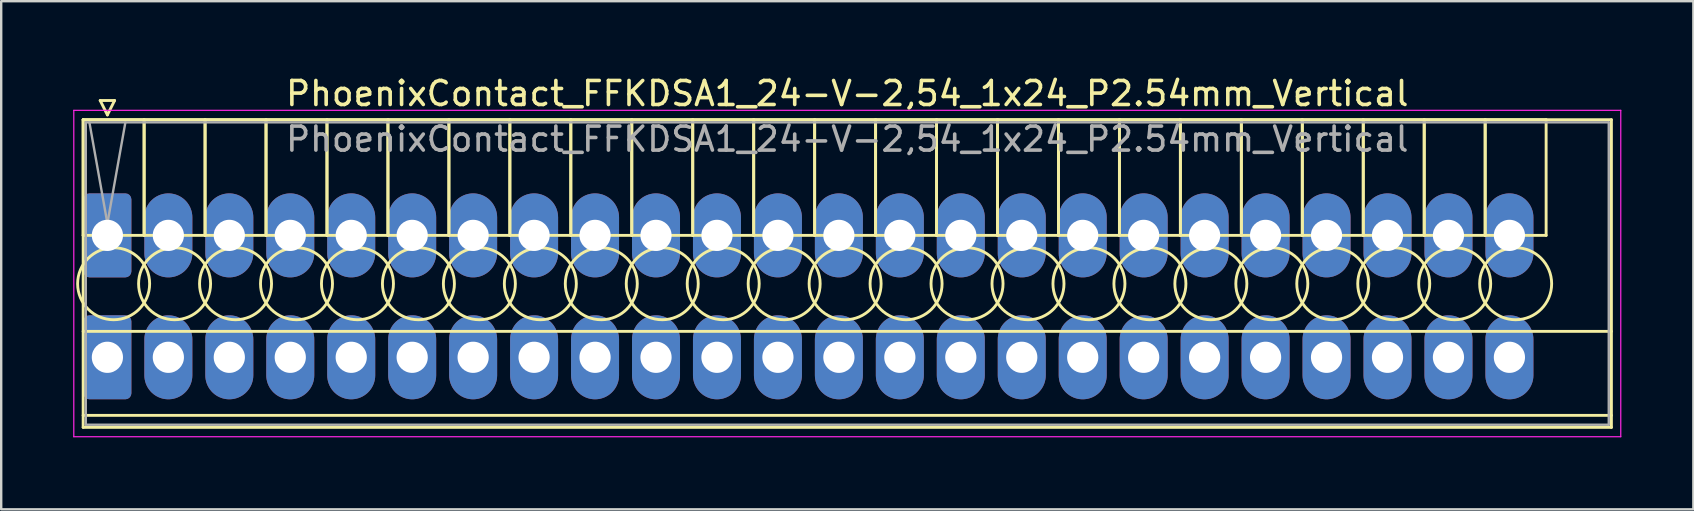
<source format=kicad_pcb>
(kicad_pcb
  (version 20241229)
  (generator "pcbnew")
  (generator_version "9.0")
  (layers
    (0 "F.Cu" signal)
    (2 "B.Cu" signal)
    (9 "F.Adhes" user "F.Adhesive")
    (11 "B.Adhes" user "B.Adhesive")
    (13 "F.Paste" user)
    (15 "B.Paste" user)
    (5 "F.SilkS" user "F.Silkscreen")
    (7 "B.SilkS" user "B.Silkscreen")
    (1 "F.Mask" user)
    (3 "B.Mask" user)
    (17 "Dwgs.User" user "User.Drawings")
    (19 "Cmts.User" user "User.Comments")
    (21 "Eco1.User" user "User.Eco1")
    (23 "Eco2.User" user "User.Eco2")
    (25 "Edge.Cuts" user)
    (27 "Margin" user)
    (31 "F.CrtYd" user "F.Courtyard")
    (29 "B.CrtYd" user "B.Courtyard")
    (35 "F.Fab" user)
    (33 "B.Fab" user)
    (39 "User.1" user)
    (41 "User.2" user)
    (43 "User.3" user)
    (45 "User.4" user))
  (footprint "PhoenixContact_FFKDSA1_24-V-2,54_1x24_P2.54mm_Vertical"
    (layer "F.Cu")
    (at 1.425 6.758)
    (property "Reference" "PhoenixContact_FFKDSA1_24-V-2,54_1x24_P2.54mm_Vertical" (at 30.83 -5.91 0) (layer "F.SilkS") (effects (font (size 1 1) (thickness 0.15))))
    (attr through_hole)
    (fp_line (start -1.01 -4.82) (end -1.01 0) (stroke (width 0.12) (type solid)) (layer "F.SilkS"))
    (fp_line (start -1.01 -4.82) (end -1.01 8) (stroke (width 0.12) (type solid)) (layer "F.SilkS"))
    (fp_line (start -1.01 0) (end 1.53 0) (stroke (width 0.12) (type solid)) (layer "F.SilkS"))
    (fp_line (start -1.01 4) (end 62.67 4) (stroke (width 0.12) (type solid)) (layer "F.SilkS"))
    (fp_line (start -1.01 7.5) (end 62.67 7.5) (stroke (width 0.12) (type solid)) (layer "F.SilkS"))
    (fp_line (start -1.01 8) (end 62.67 8) (stroke (width 0.12) (type solid)) (layer "F.SilkS"))
    (fp_line (start -0.3 -5.62) (end 0.3 -5.62) (stroke (width 0.12) (type solid)) (layer "F.SilkS"))
    (fp_line (start 0 -5.02) (end -0.3 -5.62) (stroke (width 0.12) (type solid)) (layer "F.SilkS"))
    (fp_line (start 0.3 -5.62) (end 0 -5.02) (stroke (width 0.12) (type solid)) (layer "F.SilkS"))
    (fp_line (start 1.53 -4.82) (end -1.01 -4.82) (stroke (width 0.12) (type solid)) (layer "F.SilkS"))
    (fp_line (start 1.53 -4.82) (end 1.53 0) (stroke (width 0.12) (type solid)) (layer "F.SilkS"))
    (fp_line (start 1.53 0) (end 1.53 -4.82) (stroke (width 0.12) (type solid)) (layer "F.SilkS"))
    (fp_line (start 1.53 0) (end 4.07 0) (stroke (width 0.12) (type solid)) (layer "F.SilkS"))
    (fp_line (start 4.07 -4.82) (end 1.53 -4.82) (stroke (width 0.12) (type solid)) (layer "F.SilkS"))
    (fp_line (start 4.07 -4.82) (end 4.07 0) (stroke (width 0.12) (type solid)) (layer "F.SilkS"))
    (fp_line (start 4.07 0) (end 4.07 -4.82) (stroke (width 0.12) (type solid)) (layer "F.SilkS"))
    (fp_line (start 4.07 0) (end 6.61 0) (stroke (width 0.12) (type solid)) (layer "F.SilkS"))
    (fp_line (start 6.61 -4.82) (end 4.07 -4.82) (stroke (width 0.12) (type solid)) (layer "F.SilkS"))
    (fp_line (start 6.61 -4.82) (end 6.61 0) (stroke (width 0.12) (type solid)) (layer "F.SilkS"))
    (fp_line (start 6.61 0) (end 6.61 -4.82) (stroke (width 0.12) (type solid)) (layer "F.SilkS"))
    (fp_line (start 6.61 0) (end 9.15 0) (stroke (width 0.12) (type solid)) (layer "F.SilkS"))
    (fp_line (start 9.15 -4.82) (end 6.61 -4.82) (stroke (width 0.12) (type solid)) (layer "F.SilkS"))
    (fp_line (start 9.15 -4.82) (end 9.15 0) (stroke (width 0.12) (type solid)) (layer "F.SilkS"))
    (fp_line (start 9.15 0) (end 9.15 -4.82) (stroke (width 0.12) (type solid)) (layer "F.SilkS"))
    (fp_line (start 9.15 0) (end 11.69 0) (stroke (width 0.12) (type solid)) (layer "F.SilkS"))
    (fp_line (start 11.69 -4.82) (end 9.15 -4.82) (stroke (width 0.12) (type solid)) (layer "F.SilkS"))
    (fp_line (start 11.69 -4.82) (end 11.69 0) (stroke (width 0.12) (type solid)) (layer "F.SilkS"))
    (fp_line (start 11.69 0) (end 11.69 -4.82) (stroke (width 0.12) (type solid)) (layer "F.SilkS"))
    (fp_line (start 11.69 0) (end 14.23 0) (stroke (width 0.12) (type solid)) (layer "F.SilkS"))
    (fp_line (start 14.23 -4.82) (end 11.69 -4.82) (stroke (width 0.12) (type solid)) (layer "F.SilkS"))
    (fp_line (start 14.23 -4.82) (end 14.23 0) (stroke (width 0.12) (type solid)) (layer "F.SilkS"))
    (fp_line (start 14.23 0) (end 14.23 -4.82) (stroke (width 0.12) (type solid)) (layer "F.SilkS"))
    (fp_line (start 14.23 0) (end 16.77 0) (stroke (width 0.12) (type solid)) (layer "F.SilkS"))
    (fp_line (start 16.77 -4.82) (end 14.23 -4.82) (stroke (width 0.12) (type solid)) (layer "F.SilkS"))
    (fp_line (start 16.77 -4.82) (end 16.77 0) (stroke (width 0.12) (type solid)) (layer "F.SilkS"))
    (fp_line (start 16.77 0) (end 16.77 -4.82) (stroke (width 0.12) (type solid)) (layer "F.SilkS"))
    (fp_line (start 16.77 0) (end 19.31 0) (stroke (width 0.12) (type solid)) (layer "F.SilkS"))
    (fp_line (start 19.31 -4.82) (end 16.77 -4.82) (stroke (width 0.12) (type solid)) (layer "F.SilkS"))
    (fp_line (start 19.31 -4.82) (end 19.31 0) (stroke (width 0.12) (type solid)) (layer "F.SilkS"))
    (fp_line (start 19.31 0) (end 19.31 -4.82) (stroke (width 0.12) (type solid)) (layer "F.SilkS"))
    (fp_line (start 19.31 0) (end 21.85 0) (stroke (width 0.12) (type solid)) (layer "F.SilkS"))
    (fp_line (start 21.85 -4.82) (end 19.31 -4.82) (stroke (width 0.12) (type solid)) (layer "F.SilkS"))
    (fp_line (start 21.85 -4.82) (end 21.85 0) (stroke (width 0.12) (type solid)) (layer "F.SilkS"))
    (fp_line (start 21.85 0) (end 21.85 -4.82) (stroke (width 0.12) (type solid)) (layer "F.SilkS"))
    (fp_line (start 21.85 0) (end 24.39 0) (stroke (width 0.12) (type solid)) (layer "F.SilkS"))
    (fp_line (start 24.39 -4.82) (end 21.85 -4.82) (stroke (width 0.12) (type solid)) (layer "F.SilkS"))
    (fp_line (start 24.39 -4.82) (end 24.39 0) (stroke (width 0.12) (type solid)) (layer "F.SilkS"))
    (fp_line (start 24.39 0) (end 24.39 -4.82) (stroke (width 0.12) (type solid)) (layer "F.SilkS"))
    (fp_line (start 24.39 0) (end 26.93 0) (stroke (width 0.12) (type solid)) (layer "F.SilkS"))
    (fp_line (start 26.93 -4.82) (end 24.39 -4.82) (stroke (width 0.12) (type solid)) (layer "F.SilkS"))
    (fp_line (start 26.93 -4.82) (end 26.93 0) (stroke (width 0.12) (type solid)) (layer "F.SilkS"))
    (fp_line (start 26.93 0) (end 26.93 -4.82) (stroke (width 0.12) (type solid)) (layer "F.SilkS"))
    (fp_line (start 26.93 0) (end 29.47 0) (stroke (width 0.12) (type solid)) (layer "F.SilkS"))
    (fp_line (start 29.47 -4.82) (end 26.93 -4.82) (stroke (width 0.12) (type solid)) (layer "F.SilkS"))
    (fp_line (start 29.47 -4.82) (end 29.47 0) (stroke (width 0.12) (type solid)) (layer "F.SilkS"))
    (fp_line (start 29.47 0) (end 29.47 -4.82) (stroke (width 0.12) (type solid)) (layer "F.SilkS"))
    (fp_line (start 29.47 0) (end 32.01 0) (stroke (width 0.12) (type solid)) (layer "F.SilkS"))
    (fp_line (start 32.01 -4.82) (end 29.47 -4.82) (stroke (width 0.12) (type solid)) (layer "F.SilkS"))
    (fp_line (start 32.01 -4.82) (end 32.01 0) (stroke (width 0.12) (type solid)) (layer "F.SilkS"))
    (fp_line (start 32.01 0) (end 32.01 -4.82) (stroke (width 0.12) (type solid)) (layer "F.SilkS"))
    (fp_line (start 32.01 0) (end 34.55 0) (stroke (width 0.12) (type solid)) (layer "F.SilkS"))
    (fp_line (start 34.55 -4.82) (end 32.01 -4.82) (stroke (width 0.12) (type solid)) (layer "F.SilkS"))
    (fp_line (start 34.55 -4.82) (end 34.55 0) (stroke (width 0.12) (type solid)) (layer "F.SilkS"))
    (fp_line (start 34.55 0) (end 34.55 -4.82) (stroke (width 0.12) (type solid)) (layer "F.SilkS"))
    (fp_line (start 34.55 0) (end 37.09 0) (stroke (width 0.12) (type solid)) (layer "F.SilkS"))
    (fp_line (start 37.09 -4.82) (end 34.55 -4.82) (stroke (width 0.12) (type solid)) (layer "F.SilkS"))
    (fp_line (start 37.09 -4.82) (end 37.09 0) (stroke (width 0.12) (type solid)) (layer "F.SilkS"))
    (fp_line (start 37.09 0) (end 37.09 -4.82) (stroke (width 0.12) (type solid)) (layer "F.SilkS"))
    (fp_line (start 37.09 0) (end 39.63 0) (stroke (width 0.12) (type solid)) (layer "F.SilkS"))
    (fp_line (start 39.63 -4.82) (end 37.09 -4.82) (stroke (width 0.12) (type solid)) (layer "F.SilkS"))
    (fp_line (start 39.63 -4.82) (end 39.63 0) (stroke (width 0.12) (type solid)) (layer "F.SilkS"))
    (fp_line (start 39.63 0) (end 39.63 -4.82) (stroke (width 0.12) (type solid)) (layer "F.SilkS"))
    (fp_line (start 39.63 0) (end 42.17 0) (stroke (width 0.12) (type solid)) (layer "F.SilkS"))
    (fp_line (start 42.17 -4.82) (end 39.63 -4.82) (stroke (width 0.12) (type solid)) (layer "F.SilkS"))
    (fp_line (start 42.17 -4.82) (end 42.17 0) (stroke (width 0.12) (type solid)) (layer "F.SilkS"))
    (fp_line (start 42.17 0) (end 42.17 -4.82) (stroke (width 0.12) (type solid)) (layer "F.SilkS"))
    (fp_line (start 42.17 0) (end 44.71 0) (stroke (width 0.12) (type solid)) (layer "F.SilkS"))
    (fp_line (start 44.71 -4.82) (end 42.17 -4.82) (stroke (width 0.12) (type solid)) (layer "F.SilkS"))
    (fp_line (start 44.71 -4.82) (end 44.71 0) (stroke (width 0.12) (type solid)) (layer "F.SilkS"))
    (fp_line (start 44.71 0) (end 44.71 -4.82) (stroke (width 0.12) (type solid)) (layer "F.SilkS"))
    (fp_line (start 44.71 0) (end 47.25 0) (stroke (width 0.12) (type solid)) (layer "F.SilkS"))
    (fp_line (start 47.25 -4.82) (end 44.71 -4.82) (stroke (width 0.12) (type solid)) (layer "F.SilkS"))
    (fp_line (start 47.25 -4.82) (end 47.25 0) (stroke (width 0.12) (type solid)) (layer "F.SilkS"))
    (fp_line (start 47.25 0) (end 47.25 -4.82) (stroke (width 0.12) (type solid)) (layer "F.SilkS"))
    (fp_line (start 47.25 0) (end 49.79 0) (stroke (width 0.12) (type solid)) (layer "F.SilkS"))
    (fp_line (start 49.79 -4.82) (end 47.25 -4.82) (stroke (width 0.12) (type solid)) (layer "F.SilkS"))
    (fp_line (start 49.79 -4.82) (end 49.79 0) (stroke (width 0.12) (type solid)) (layer "F.SilkS"))
    (fp_line (start 49.79 0) (end 49.79 -4.82) (stroke (width 0.12) (type solid)) (layer "F.SilkS"))
    (fp_line (start 49.79 0) (end 52.33 0) (stroke (width 0.12) (type solid)) (layer "F.SilkS"))
    (fp_line (start 52.33 -4.82) (end 49.79 -4.82) (stroke (width 0.12) (type solid)) (layer "F.SilkS"))
    (fp_line (start 52.33 -4.82) (end 52.33 0) (stroke (width 0.12) (type solid)) (layer "F.SilkS"))
    (fp_line (start 52.33 0) (end 52.33 -4.82) (stroke (width 0.12) (type solid)) (layer "F.SilkS"))
    (fp_line (start 52.33 0) (end 54.87 0) (stroke (width 0.12) (type solid)) (layer "F.SilkS"))
    (fp_line (start 54.87 -4.82) (end 52.33 -4.82) (stroke (width 0.12) (type solid)) (layer "F.SilkS"))
    (fp_line (start 54.87 -4.82) (end 54.87 0) (stroke (width 0.12) (type solid)) (layer "F.SilkS"))
    (fp_line (start 54.87 0) (end 54.87 -4.82) (stroke (width 0.12) (type solid)) (layer "F.SilkS"))
    (fp_line (start 54.87 0) (end 57.41 0) (stroke (width 0.12) (type solid)) (layer "F.SilkS"))
    (fp_line (start 57.41 -4.82) (end 54.87 -4.82) (stroke (width 0.12) (type solid)) (layer "F.SilkS"))
    (fp_line (start 57.41 -4.82) (end 57.41 0) (stroke (width 0.12) (type solid)) (layer "F.SilkS"))
    (fp_line (start 57.41 0) (end 57.41 -4.82) (stroke (width 0.12) (type solid)) (layer "F.SilkS"))
    (fp_line (start 57.41 0) (end 59.95 0) (stroke (width 0.12) (type solid)) (layer "F.SilkS"))
    (fp_line (start 59.95 -4.82) (end 57.41 -4.82) (stroke (width 0.12) (type solid)) (layer "F.SilkS"))
    (fp_line (start 59.95 0) (end 59.95 -4.82) (stroke (width 0.12) (type solid)) (layer "F.SilkS"))
    (fp_line (start 62.67 -4.82) (end -1.01 -4.82) (stroke (width 0.12) (type solid)) (layer "F.SilkS"))
    (fp_line (start 62.67 8) (end 62.67 -4.82) (stroke (width 0.12) (type solid)) (layer "F.SilkS"))
    (fp_circle (center 0.26 2.015) (end 1.76 2.015) (stroke (width 0.12) (type solid)) (fill no) (layer "F.SilkS"))
    (fp_circle (center 2.8 2.015) (end 4.3 2.015) (stroke (width 0.12) (type solid)) (fill no) (layer "F.SilkS"))
    (fp_circle (center 5.34 2.015) (end 6.84 2.015) (stroke (width 0.12) (type solid)) (fill no) (layer "F.SilkS"))
    (fp_circle (center 7.88 2.015) (end 9.38 2.015) (stroke (width 0.12) (type solid)) (fill no) (layer "F.SilkS"))
    (fp_circle (center 10.42 2.015) (end 11.92 2.015) (stroke (width 0.12) (type solid)) (fill no) (layer "F.SilkS"))
    (fp_circle (center 12.96 2.015) (end 14.46 2.015) (stroke (width 0.12) (type solid)) (fill no) (layer "F.SilkS"))
    (fp_circle (center 15.5 2.015) (end 17 2.015) (stroke (width 0.12) (type solid)) (fill no) (layer "F.SilkS"))
    (fp_circle (center 18.04 2.015) (end 19.54 2.015) (stroke (width 0.12) (type solid)) (fill no) (layer "F.SilkS"))
    (fp_circle (center 20.58 2.015) (end 22.08 2.015) (stroke (width 0.12) (type solid)) (fill no) (layer "F.SilkS"))
    (fp_circle (center 23.12 2.015) (end 24.62 2.015) (stroke (width 0.12) (type solid)) (fill no) (layer "F.SilkS"))
    (fp_circle (center 25.66 2.015) (end 27.16 2.015) (stroke (width 0.12) (type solid)) (fill no) (layer "F.SilkS"))
    (fp_circle (center 28.2 2.015) (end 29.7 2.015) (stroke (width 0.12) (type solid)) (fill no) (layer "F.SilkS"))
    (fp_circle (center 30.74 2.015) (end 32.24 2.015) (stroke (width 0.12) (type solid)) (fill no) (layer "F.SilkS"))
    (fp_circle (center 33.28 2.015) (end 34.78 2.015) (stroke (width 0.12) (type solid)) (fill no) (layer "F.SilkS"))
    (fp_circle (center 35.82 2.015) (end 37.32 2.015) (stroke (width 0.12) (type solid)) (fill no) (layer "F.SilkS"))
    (fp_circle (center 38.36 2.015) (end 39.86 2.015) (stroke (width 0.12) (type solid)) (fill no) (layer "F.SilkS"))
    (fp_circle (center 40.9 2.015) (end 42.4 2.015) (stroke (width 0.12) (type solid)) (fill no) (layer "F.SilkS"))
    (fp_circle (center 43.44 2.015) (end 44.94 2.015) (stroke (width 0.12) (type solid)) (fill no) (layer "F.SilkS"))
    (fp_circle (center 45.98 2.015) (end 47.48 2.015) (stroke (width 0.12) (type solid)) (fill no) (layer "F.SilkS"))
    (fp_circle (center 48.52 2.015) (end 50.02 2.015) (stroke (width 0.12) (type solid)) (fill no) (layer "F.SilkS"))
    (fp_circle (center 51.06 2.015) (end 52.56 2.015) (stroke (width 0.12) (type solid)) (fill no) (layer "F.SilkS"))
    (fp_circle (center 53.6 2.015) (end 55.1 2.015) (stroke (width 0.12) (type solid)) (fill no) (layer "F.SilkS"))
    (fp_circle (center 56.14 2.015) (end 57.64 2.015) (stroke (width 0.12) (type solid)) (fill no) (layer "F.SilkS"))
    (fp_circle (center 58.68 2.015) (end 60.18 2.015) (stroke (width 0.12) (type solid)) (fill no) (layer "F.SilkS"))
    (fp_line (start -1.4 -5.21) (end -1.4 8.39) (stroke (width 0.05) (type solid)) (layer "F.CrtYd"))
    (fp_line (start -1.4 8.39) (end 63.06 8.39) (stroke (width 0.05) (type solid)) (layer "F.CrtYd"))
    (fp_line (start 63.06 -5.21) (end -1.4 -5.21) (stroke (width 0.05) (type solid)) (layer "F.CrtYd"))
    (fp_line (start 63.06 8.39) (end 63.06 -5.21) (stroke (width 0.05) (type solid)) (layer "F.CrtYd"))
    (fp_line (start -0.9 -4.71) (end -0.9 7.89) (stroke (width 0.1) (type solid)) (layer "F.Fab"))
    (fp_line (start -0.9 7.89) (end 62.56 7.89) (stroke (width 0.1) (type solid)) (layer "F.Fab"))
    (fp_line (start 0 -0.5) (end -0.75 -4.71) (stroke (width 0.1) (type solid)) (layer "F.Fab"))
    (fp_line (start 0.75 -4.71) (end 0 -0.5) (stroke (width 0.1) (type solid)) (layer "F.Fab"))
    (fp_line (start 62.56 -4.71) (end -0.9 -4.71) (stroke (width 0.1) (type solid)) (layer "F.Fab"))
    (fp_line (start 62.56 7.89) (end 62.56 -4.71) (stroke (width 0.1) (type solid)) (layer "F.Fab"))
    (fp_text user "${REFERENCE}" (at 30.83 -4.01 0) (layer "F.Fab") (effects (font (size 1 1) (thickness 0.15))))
    (pad "1" thru_hole roundrect (at 0 0) (size 2 3.5) (drill 1.3) (layers "*.Cu" "*.Mask") (roundrect_rratio 0.125))
    (pad "1" thru_hole roundrect (at 0 5.08) (size 2 3.5) (drill 1.3) (layers "*.Cu" "*.Mask") (roundrect_rratio 0.125))
    (pad "2" thru_hole oval (at 2.54 0) (size 2 3.5) (drill 1.3) (layers "*.Cu" "*.Mask"))
    (pad "2" thru_hole oval (at 2.54 5.08) (size 2 3.5) (drill 1.3) (layers "*.Cu" "*.Mask"))
    (pad "3" thru_hole oval (at 5.08 0) (size 2 3.5) (drill 1.3) (layers "*.Cu" "*.Mask"))
    (pad "3" thru_hole oval (at 5.08 5.08) (size 2 3.5) (drill 1.3) (layers "*.Cu" "*.Mask"))
    (pad "4" thru_hole oval (at 7.62 0) (size 2 3.5) (drill 1.3) (layers "*.Cu" "*.Mask"))
    (pad "4" thru_hole oval (at 7.62 5.08) (size 2 3.5) (drill 1.3) (layers "*.Cu" "*.Mask"))
    (pad "5" thru_hole oval (at 10.16 0) (size 2 3.5) (drill 1.3) (layers "*.Cu" "*.Mask"))
    (pad "5" thru_hole oval (at 10.16 5.08) (size 2 3.5) (drill 1.3) (layers "*.Cu" "*.Mask"))
    (pad "6" thru_hole oval (at 12.7 0) (size 2 3.5) (drill 1.3) (layers "*.Cu" "*.Mask"))
    (pad "6" thru_hole oval (at 12.7 5.08) (size 2 3.5) (drill 1.3) (layers "*.Cu" "*.Mask"))
    (pad "7" thru_hole oval (at 15.24 0) (size 2 3.5) (drill 1.3) (layers "*.Cu" "*.Mask"))
    (pad "7" thru_hole oval (at 15.24 5.08) (size 2 3.5) (drill 1.3) (layers "*.Cu" "*.Mask"))
    (pad "8" thru_hole oval (at 17.78 0) (size 2 3.5) (drill 1.3) (layers "*.Cu" "*.Mask"))
    (pad "8" thru_hole oval (at 17.78 5.08) (size 2 3.5) (drill 1.3) (layers "*.Cu" "*.Mask"))
    (pad "9" thru_hole oval (at 20.32 0) (size 2 3.5) (drill 1.3) (layers "*.Cu" "*.Mask"))
    (pad "9" thru_hole oval (at 20.32 5.08) (size 2 3.5) (drill 1.3) (layers "*.Cu" "*.Mask"))
    (pad "10" thru_hole oval (at 22.86 0) (size 2 3.5) (drill 1.3) (layers "*.Cu" "*.Mask"))
    (pad "10" thru_hole oval (at 22.86 5.08) (size 2 3.5) (drill 1.3) (layers "*.Cu" "*.Mask"))
    (pad "11" thru_hole oval (at 25.4 0) (size 2 3.5) (drill 1.3) (layers "*.Cu" "*.Mask"))
    (pad "11" thru_hole oval (at 25.4 5.08) (size 2 3.5) (drill 1.3) (layers "*.Cu" "*.Mask"))
    (pad "12" thru_hole oval (at 27.94 0) (size 2 3.5) (drill 1.3) (layers "*.Cu" "*.Mask"))
    (pad "12" thru_hole oval (at 27.94 5.08) (size 2 3.5) (drill 1.3) (layers "*.Cu" "*.Mask"))
    (pad "13" thru_hole oval (at 30.48 0) (size 2 3.5) (drill 1.3) (layers "*.Cu" "*.Mask"))
    (pad "13" thru_hole oval (at 30.48 5.08) (size 2 3.5) (drill 1.3) (layers "*.Cu" "*.Mask"))
    (pad "14" thru_hole oval (at 33.02 0) (size 2 3.5) (drill 1.3) (layers "*.Cu" "*.Mask"))
    (pad "14" thru_hole oval (at 33.02 5.08) (size 2 3.5) (drill 1.3) (layers "*.Cu" "*.Mask"))
    (pad "15" thru_hole oval (at 35.56 0) (size 2 3.5) (drill 1.3) (layers "*.Cu" "*.Mask"))
    (pad "15" thru_hole oval (at 35.56 5.08) (size 2 3.5) (drill 1.3) (layers "*.Cu" "*.Mask"))
    (pad "16" thru_hole oval (at 38.1 0) (size 2 3.5) (drill 1.3) (layers "*.Cu" "*.Mask"))
    (pad "16" thru_hole oval (at 38.1 5.08) (size 2 3.5) (drill 1.3) (layers "*.Cu" "*.Mask"))
    (pad "17" thru_hole oval (at 40.64 0) (size 2 3.5) (drill 1.3) (layers "*.Cu" "*.Mask"))
    (pad "17" thru_hole oval (at 40.64 5.08) (size 2 3.5) (drill 1.3) (layers "*.Cu" "*.Mask"))
    (pad "18" thru_hole oval (at 43.18 0) (size 2 3.5) (drill 1.3) (layers "*.Cu" "*.Mask"))
    (pad "18" thru_hole oval (at 43.18 5.08) (size 2 3.5) (drill 1.3) (layers "*.Cu" "*.Mask"))
    (pad "19" thru_hole oval (at 45.72 0) (size 2 3.5) (drill 1.3) (layers "*.Cu" "*.Mask"))
    (pad "19" thru_hole oval (at 45.72 5.08) (size 2 3.5) (drill 1.3) (layers "*.Cu" "*.Mask"))
    (pad "20" thru_hole oval (at 48.26 0) (size 2 3.5) (drill 1.3) (layers "*.Cu" "*.Mask"))
    (pad "20" thru_hole oval (at 48.26 5.08) (size 2 3.5) (drill 1.3) (layers "*.Cu" "*.Mask"))
    (pad "21" thru_hole oval (at 50.8 0) (size 2 3.5) (drill 1.3) (layers "*.Cu" "*.Mask"))
    (pad "21" thru_hole oval (at 50.8 5.08) (size 2 3.5) (drill 1.3) (layers "*.Cu" "*.Mask"))
    (pad "22" thru_hole oval (at 53.34 0) (size 2 3.5) (drill 1.3) (layers "*.Cu" "*.Mask"))
    (pad "22" thru_hole oval (at 53.34 5.08) (size 2 3.5) (drill 1.3) (layers "*.Cu" "*.Mask"))
    (pad "23" thru_hole oval (at 55.88 0) (size 2 3.5) (drill 1.3) (layers "*.Cu" "*.Mask"))
    (pad "23" thru_hole oval (at 55.88 5.08) (size 2 3.5) (drill 1.3) (layers "*.Cu" "*.Mask"))
    (pad "24" thru_hole oval (at 58.42 0) (size 2 3.5) (drill 1.3) (layers "*.Cu" "*.Mask"))
    (pad "24" thru_hole oval (at 58.42 5.08) (size 2 3.5) (drill 1.3) (layers "*.Cu" "*.Mask")))
  (gr_rect
    (start -3 -3)
    (end 67.51 18.173)
    (stroke (width 0.1) (type default))
    (fill no)
    (layer "Edge.Cuts")))
</source>
